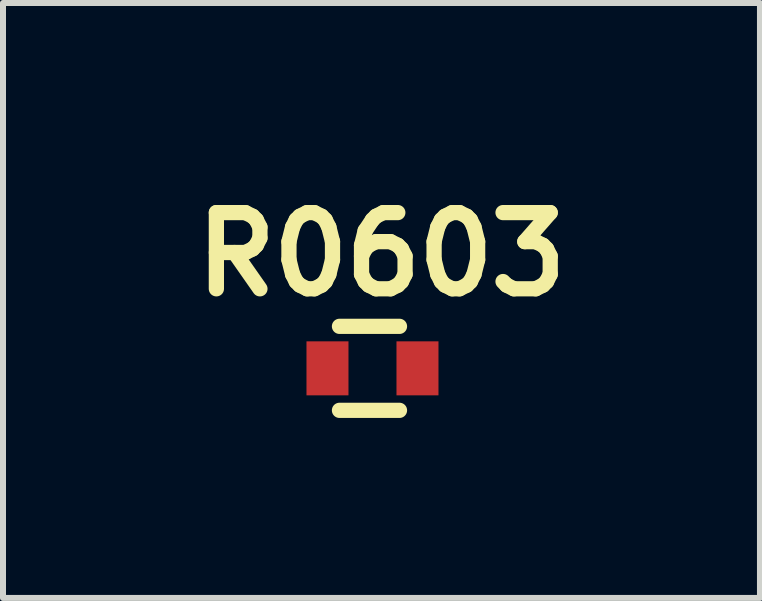
<source format=kicad_pcb>
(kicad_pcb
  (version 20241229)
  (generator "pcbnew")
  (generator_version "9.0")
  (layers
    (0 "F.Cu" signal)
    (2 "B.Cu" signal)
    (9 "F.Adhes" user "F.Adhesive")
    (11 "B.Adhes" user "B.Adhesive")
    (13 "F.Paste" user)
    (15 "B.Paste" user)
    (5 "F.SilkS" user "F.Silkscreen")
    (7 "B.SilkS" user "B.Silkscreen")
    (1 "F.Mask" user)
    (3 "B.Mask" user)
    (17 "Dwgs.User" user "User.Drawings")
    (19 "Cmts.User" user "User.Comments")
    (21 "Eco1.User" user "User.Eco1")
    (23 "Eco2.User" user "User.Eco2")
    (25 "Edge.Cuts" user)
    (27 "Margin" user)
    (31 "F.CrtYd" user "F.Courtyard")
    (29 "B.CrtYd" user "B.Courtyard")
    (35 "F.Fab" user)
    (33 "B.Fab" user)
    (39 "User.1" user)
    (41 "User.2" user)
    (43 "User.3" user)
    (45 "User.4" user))
  (footprint "R0603"
    (layer "F.Cu")
    (at 2.408 3.089)
    (property "Reference" "R0603" (at 0.9 -1.9 0) (layer "F.SilkS") (effects (font (size 1.27 1.27) (thickness 0.254))))
    (attr through_hole)
    (fp_line (start 0.2 -0.7) (end 1.2 -0.7) (stroke (width 0.254) (type solid)) (layer "F.SilkS"))
    (fp_line (start 0.2 0.7) (end 1.2 0.7) (stroke (width 0.254) (type solid)) (layer "F.SilkS"))
    (pad "1" smd rect (at 0 0) (size 0.7 0.9) (layers "F.Cu" "F.Mask" "F.Paste"))
    (pad "2" smd rect (at 1.5 0) (size 0.7 0.9) (layers "F.Cu" "F.Mask" "F.Paste")))
  (gr_rect
    (start -3 -3)
    (end 9.616 6.916)
    (stroke (width 0.1) (type default))
    (fill no)
    (layer "Edge.Cuts")))
</source>
